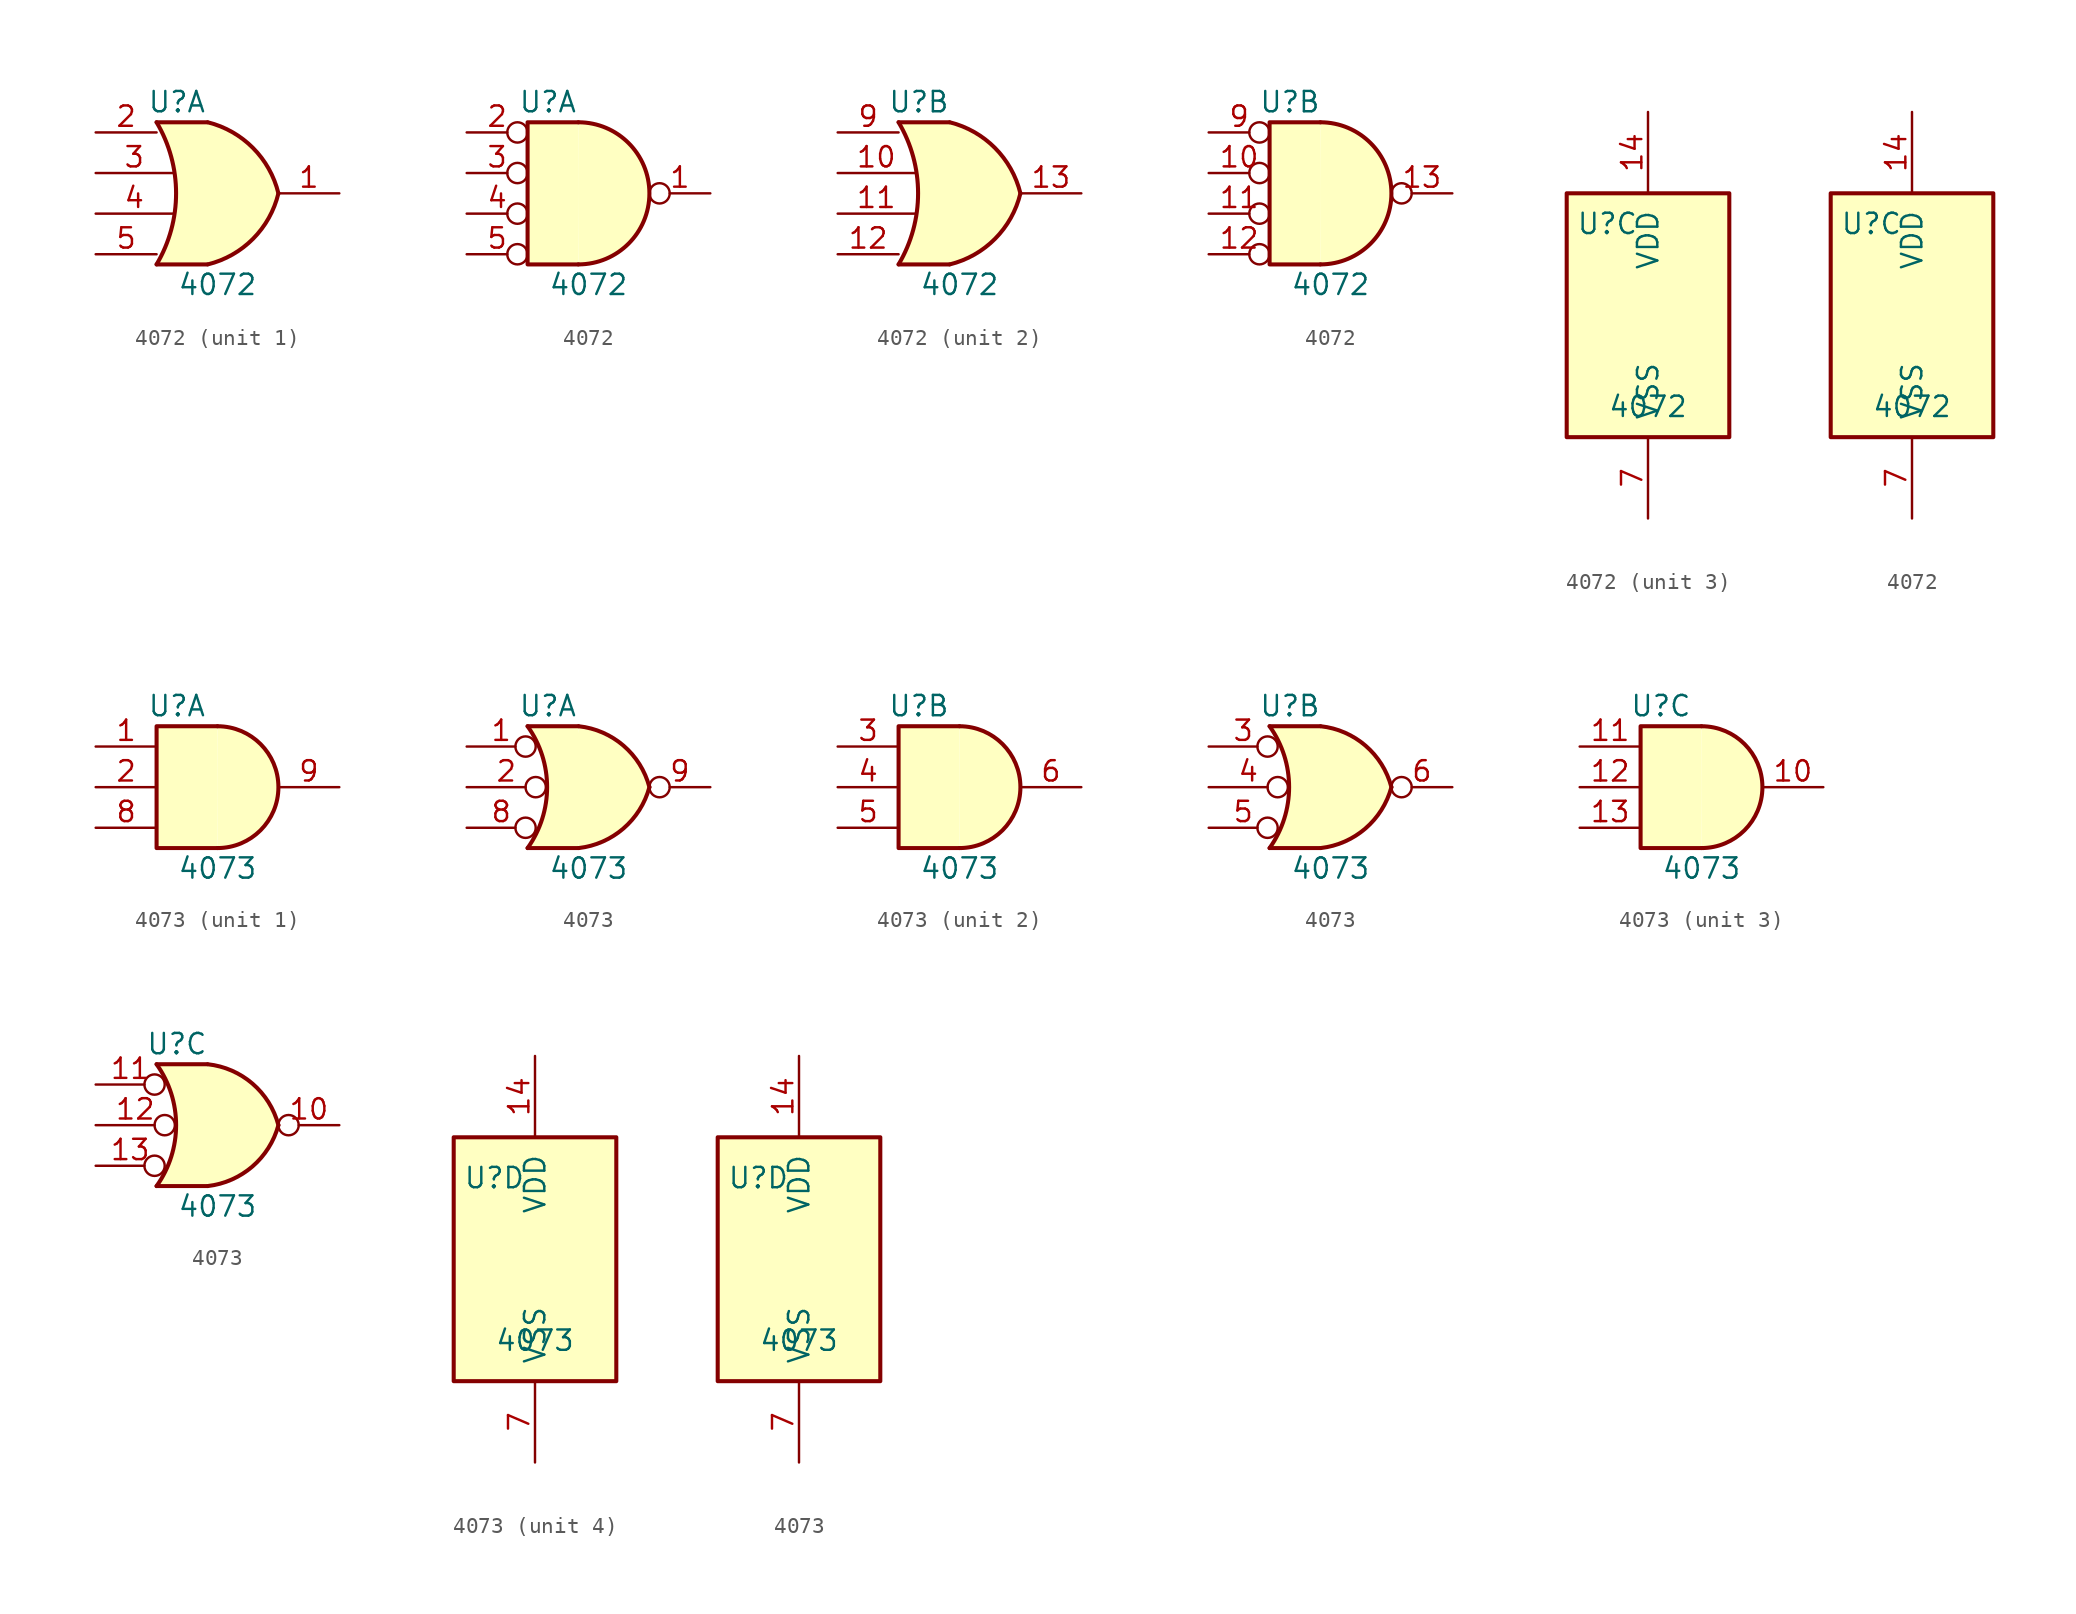
<source format=kicad_sym>
(kicad_symbol_lib
  (version 20211014)
  (generator kicad_symbol_editor)
  (symbol "4072"
    (pin_names
      (offset 1.016))
    (property "Reference" "U"
      (at -2.54 5.715 0)
      (effects (font (size 1.27 1.27))))
    (property "Value" "4072"
      (at 0 -5.715 0)
      (effects (font (size 1.27 1.27))))
    (property "ki_locked" ""
      (at 0 0 0)
      (effects (font (size 1.27 1.27))))
    (symbol "4072_1_1"
      (arc (start -3.81 -4.445) (mid -2.5908 0) (end -3.81 4.445) (stroke (width 0.254) (type default) (color 0 0 0 0)) (fill (type none)))
      (arc (start -0.6096 -4.445) (mid 2.2246 -2.8422) (end 3.81 0) (stroke (width 0.254) (type default) (color 0 0 0 0)) (fill (type background)))
      (polyline (pts (xy -3.81 -4.445) (xy -0.635 -4.445)) (stroke (width 0.254) (type default) (color 0 0 0 0)) (fill (type background)))
      (polyline (pts (xy -3.81 4.445) (xy -0.635 4.445)) (stroke (width 0.254) (type default) (color 0 0 0 0)) (fill (type background)))
      (polyline (pts (xy -0.635 4.445) (xy -3.81 4.445) (xy -3.81 4.445) (xy -3.632 4.089) (xy -3.099 2.921) (xy -2.769 1.676) (xy -2.616 0.432) (xy -2.642 -0.864) (xy -2.87 -2.108) (xy -3.251 -3.327) (xy -3.81 -4.445) (xy -3.81 -4.445) (xy -0.635 -4.445)) (stroke (width -25.4) (type default) (color 0 0 0 0)) (fill (type background)))
      (arc (start 3.81 0) (mid 2.2204 2.8379) (end -0.6096 4.445) (stroke (width 0.254) (type default) (color 0 0 0 0)) (fill (type background)))
      (pin output line (at 7.62 0 180) (length 3.81) (name "~" (effects (font (size 1.27 1.27)))) (number "1" (effects (font (size 1.27 1.27)))))
      (pin input line (at -7.62 3.81 0) (length 3.81) (name "~" (effects (font (size 1.27 1.27)))) (number "2" (effects (font (size 1.27 1.27)))))
      (pin input line (at -7.62 1.27 0) (length 4.826) (name "~" (effects (font (size 1.27 1.27)))) (number "3" (effects (font (size 1.27 1.27)))))
      (pin input line (at -7.62 -1.27 0) (length 4.826) (name "~" (effects (font (size 1.27 1.27)))) (number "4" (effects (font (size 1.27 1.27)))))
      (pin input line (at -7.62 -3.81 0) (length 3.81) (name "~" (effects (font (size 1.27 1.27)))) (number "5" (effects (font (size 1.27 1.27))))))
    (symbol "4072_1_2"
      (arc (start -0.635 -4.445) (mid 3.81 0) (end -0.635 4.445) (stroke (width 0.254) (type default) (color 0 0 0 0)) (fill (type background)))
      (polyline (pts (xy -0.635 4.445) (xy -3.81 4.445) (xy -3.81 -4.445) (xy -0.635 -4.445)) (stroke (width 0.254) (type default) (color 0 0 0 0)) (fill (type background)))
      (pin output inverted (at 7.62 0 180) (length 3.81) (name "~" (effects (font (size 1.27 1.27)))) (number "1" (effects (font (size 1.27 1.27)))))
      (pin input inverted (at -7.62 3.81 0) (length 3.81) (name "~" (effects (font (size 1.27 1.27)))) (number "2" (effects (font (size 1.27 1.27)))))
      (pin input inverted (at -7.62 1.27 0) (length 3.81) (name "~" (effects (font (size 1.27 1.27)))) (number "3" (effects (font (size 1.27 1.27)))))
      (pin input inverted (at -7.62 -1.27 0) (length 3.81) (name "~" (effects (font (size 1.27 1.27)))) (number "4" (effects (font (size 1.27 1.27)))))
      (pin input inverted (at -7.62 -3.81 0) (length 3.81) (name "~" (effects (font (size 1.27 1.27)))) (number "5" (effects (font (size 1.27 1.27))))))
    (symbol "4072_2_1"
      (arc (start -3.81 -4.445) (mid -2.5908 0) (end -3.81 4.445) (stroke (width 0.254) (type default) (color 0 0 0 0)) (fill (type none)))
      (arc (start -0.6096 -4.445) (mid 2.2246 -2.8422) (end 3.81 0) (stroke (width 0.254) (type default) (color 0 0 0 0)) (fill (type background)))
      (polyline (pts (xy -3.81 -4.445) (xy -0.635 -4.445)) (stroke (width 0.254) (type default) (color 0 0 0 0)) (fill (type background)))
      (polyline (pts (xy -3.81 4.445) (xy -0.635 4.445)) (stroke (width 0.254) (type default) (color 0 0 0 0)) (fill (type background)))
      (polyline (pts (xy -0.635 4.445) (xy -3.81 4.445) (xy -3.81 4.445) (xy -3.632 4.089) (xy -3.099 2.921) (xy -2.769 1.676) (xy -2.616 0.432) (xy -2.642 -0.864) (xy -2.87 -2.108) (xy -3.251 -3.327) (xy -3.81 -4.445) (xy -3.81 -4.445) (xy -0.635 -4.445)) (stroke (width -25.4) (type default) (color 0 0 0 0)) (fill (type background)))
      (arc (start 3.81 0) (mid 2.2204 2.8379) (end -0.6096 4.445) (stroke (width 0.254) (type default) (color 0 0 0 0)) (fill (type background)))
      (pin input line (at -7.62 1.27 0) (length 4.826) (name "~" (effects (font (size 1.27 1.27)))) (number "10" (effects (font (size 1.27 1.27)))))
      (pin input line (at -7.62 -1.27 0) (length 4.826) (name "~" (effects (font (size 1.27 1.27)))) (number "11" (effects (font (size 1.27 1.27)))))
      (pin input line (at -7.62 -3.81 0) (length 3.81) (name "~" (effects (font (size 1.27 1.27)))) (number "12" (effects (font (size 1.27 1.27)))))
      (pin output line (at 7.62 0 180) (length 3.81) (name "~" (effects (font (size 1.27 1.27)))) (number "13" (effects (font (size 1.27 1.27)))))
      (pin input line (at -7.62 3.81 0) (length 3.81) (name "~" (effects (font (size 1.27 1.27)))) (number "9" (effects (font (size 1.27 1.27))))))
    (symbol "4072_2_2"
      (arc (start -0.635 -4.445) (mid 3.81 0) (end -0.635 4.445) (stroke (width 0.254) (type default) (color 0 0 0 0)) (fill (type background)))
      (polyline (pts (xy -0.635 4.445) (xy -3.81 4.445) (xy -3.81 -4.445) (xy -0.635 -4.445)) (stroke (width 0.254) (type default) (color 0 0 0 0)) (fill (type background)))
      (pin input inverted (at -7.62 1.27 0) (length 3.81) (name "~" (effects (font (size 1.27 1.27)))) (number "10" (effects (font (size 1.27 1.27)))))
      (pin input inverted (at -7.62 -1.27 0) (length 3.81) (name "~" (effects (font (size 1.27 1.27)))) (number "11" (effects (font (size 1.27 1.27)))))
      (pin input inverted (at -7.62 -3.81 0) (length 3.81) (name "~" (effects (font (size 1.27 1.27)))) (number "12" (effects (font (size 1.27 1.27)))))
      (pin output inverted (at 7.62 0 180) (length 3.81) (name "~" (effects (font (size 1.27 1.27)))) (number "13" (effects (font (size 1.27 1.27)))))
      (pin input inverted (at -7.62 3.81 0) (length 3.81) (name "~" (effects (font (size 1.27 1.27)))) (number "9" (effects (font (size 1.27 1.27))))))
    (symbol "4072_3_0"
      (pin power_in line (at 0 12.7 270) (length 5.08) (name "VDD" (effects (font (size 1.27 1.27)))) (number "14" (effects (font (size 1.27 1.27)))))
      (pin power_in line (at 0 -12.7 90) (length 5.08) (name "VSS" (effects (font (size 1.27 1.27)))) (number "7" (effects (font (size 1.27 1.27))))))
    (symbol "4072_3_1"
      (rectangle (start -5.08 7.62) (end 5.08 -7.62) (stroke (width 0.254) (type default) (color 0 0 0 0)) (fill (type background))))
    (symbol "4072_3_2"
      (rectangle (start -5.08 7.62) (end 5.08 -7.62) (stroke (width 0.254) (type default) (color 0 0 0 0)) (fill (type background)))))
  (symbol "4073"
    (pin_names
      (offset 1.016))
    (property "Reference" "U"
      (at -2.54 5.08 0)
      (effects (font (size 1.27 1.27))))
    (property "Value" "4073"
      (at 0 -5.08 0)
      (effects (font (size 1.27 1.27))))
    (property "ki_locked" ""
      (at 0 0 0)
      (effects (font (size 1.27 1.27))))
    (symbol "4073_1_1"
      (arc (start 0 -3.81) (mid 3.81 0) (end 0 3.81) (stroke (width 0.254) (type default) (color 0 0 0 0)) (fill (type background)))
      (polyline (pts (xy 0 3.81) (xy -3.81 3.81) (xy -3.81 -3.81) (xy 0 -3.81)) (stroke (width 0.254) (type default) (color 0 0 0 0)) (fill (type background)))
      (pin input line (at -7.62 2.54 0) (length 3.81) (name "~" (effects (font (size 1.27 1.27)))) (number "1" (effects (font (size 1.27 1.27)))))
      (pin input line (at -7.62 0 0) (length 3.81) (name "~" (effects (font (size 1.27 1.27)))) (number "2" (effects (font (size 1.27 1.27)))))
      (pin input line (at -7.62 -2.54 0) (length 3.81) (name "~" (effects (font (size 1.27 1.27)))) (number "8" (effects (font (size 1.27 1.27)))))
      (pin output line (at 7.62 0 180) (length 3.81) (name "~" (effects (font (size 1.27 1.27)))) (number "9" (effects (font (size 1.27 1.27))))))
    (symbol "4073_1_2"
      (arc (start -3.81 -3.81) (mid -2.589 0) (end -3.81 3.81) (stroke (width 0.254) (type default) (color 0 0 0 0)) (fill (type none)))
      (arc (start -0.6096 -3.81) (mid 2.1842 -2.5851) (end 3.81 0) (stroke (width 0.254) (type default) (color 0 0 0 0)) (fill (type background)))
      (polyline (pts (xy -3.81 -3.81) (xy -0.635 -3.81)) (stroke (width 0.254) (type default) (color 0 0 0 0)) (fill (type background)))
      (polyline (pts (xy -3.81 3.81) (xy -0.635 3.81)) (stroke (width 0.254) (type default) (color 0 0 0 0)) (fill (type background)))
      (polyline (pts (xy -0.635 3.81) (xy -3.81 3.81) (xy -3.81 3.81) (xy -3.556 3.404) (xy -3.023 2.261) (xy -2.692 1.041) (xy -2.616 -0.254) (xy -2.769 -1.499) (xy -3.175 -2.718) (xy -3.81 -3.81) (xy -3.81 -3.81) (xy -0.635 -3.81)) (stroke (width -25.4) (type default) (color 0 0 0 0)) (fill (type background)))
      (arc (start 3.81 0) (mid 2.1915 2.5936) (end -0.6096 3.81) (stroke (width 0.254) (type default) (color 0 0 0 0)) (fill (type background)))
      (pin input inverted (at -7.62 2.54 0) (length 4.318) (name "~" (effects (font (size 1.27 1.27)))) (number "1" (effects (font (size 1.27 1.27)))))
      (pin input inverted (at -7.62 0 0) (length 4.953) (name "~" (effects (font (size 1.27 1.27)))) (number "2" (effects (font (size 1.27 1.27)))))
      (pin input inverted (at -7.62 -2.54 0) (length 4.318) (name "~" (effects (font (size 1.27 1.27)))) (number "8" (effects (font (size 1.27 1.27)))))
      (pin output inverted (at 7.62 0 180) (length 3.81) (name "~" (effects (font (size 1.27 1.27)))) (number "9" (effects (font (size 1.27 1.27))))))
    (symbol "4073_2_1"
      (arc (start 0 -3.81) (mid 3.81 0) (end 0 3.81) (stroke (width 0.254) (type default) (color 0 0 0 0)) (fill (type background)))
      (polyline (pts (xy 0 3.81) (xy -3.81 3.81) (xy -3.81 -3.81) (xy 0 -3.81)) (stroke (width 0.254) (type default) (color 0 0 0 0)) (fill (type background)))
      (pin input line (at -7.62 2.54 0) (length 3.81) (name "~" (effects (font (size 1.27 1.27)))) (number "3" (effects (font (size 1.27 1.27)))))
      (pin input line (at -7.62 0 0) (length 3.81) (name "~" (effects (font (size 1.27 1.27)))) (number "4" (effects (font (size 1.27 1.27)))))
      (pin input line (at -7.62 -2.54 0) (length 3.81) (name "~" (effects (font (size 1.27 1.27)))) (number "5" (effects (font (size 1.27 1.27)))))
      (pin output line (at 7.62 0 180) (length 3.81) (name "~" (effects (font (size 1.27 1.27)))) (number "6" (effects (font (size 1.27 1.27))))))
    (symbol "4073_2_2"
      (arc (start -3.81 -3.81) (mid -2.589 0) (end -3.81 3.81) (stroke (width 0.254) (type default) (color 0 0 0 0)) (fill (type none)))
      (arc (start -0.6096 -3.81) (mid 2.1842 -2.5851) (end 3.81 0) (stroke (width 0.254) (type default) (color 0 0 0 0)) (fill (type background)))
      (polyline (pts (xy -3.81 -3.81) (xy -0.635 -3.81)) (stroke (width 0.254) (type default) (color 0 0 0 0)) (fill (type background)))
      (polyline (pts (xy -3.81 3.81) (xy -0.635 3.81)) (stroke (width 0.254) (type default) (color 0 0 0 0)) (fill (type background)))
      (polyline (pts (xy -0.635 3.81) (xy -3.81 3.81) (xy -3.81 3.81) (xy -3.556 3.404) (xy -3.023 2.261) (xy -2.692 1.041) (xy -2.616 -0.254) (xy -2.769 -1.499) (xy -3.175 -2.718) (xy -3.81 -3.81) (xy -3.81 -3.81) (xy -0.635 -3.81)) (stroke (width -25.4) (type default) (color 0 0 0 0)) (fill (type background)))
      (arc (start 3.81 0) (mid 2.1915 2.5936) (end -0.6096 3.81) (stroke (width 0.254) (type default) (color 0 0 0 0)) (fill (type background)))
      (pin input inverted (at -7.62 2.54 0) (length 4.318) (name "~" (effects (font (size 1.27 1.27)))) (number "3" (effects (font (size 1.27 1.27)))))
      (pin input inverted (at -7.62 0 0) (length 4.953) (name "~" (effects (font (size 1.27 1.27)))) (number "4" (effects (font (size 1.27 1.27)))))
      (pin input inverted (at -7.62 -2.54 0) (length 4.318) (name "~" (effects (font (size 1.27 1.27)))) (number "5" (effects (font (size 1.27 1.27)))))
      (pin output inverted (at 7.62 0 180) (length 3.81) (name "~" (effects (font (size 1.27 1.27)))) (number "6" (effects (font (size 1.27 1.27))))))
    (symbol "4073_3_1"
      (arc (start 0 -3.81) (mid 3.81 0) (end 0 3.81) (stroke (width 0.254) (type default) (color 0 0 0 0)) (fill (type background)))
      (polyline (pts (xy 0 3.81) (xy -3.81 3.81) (xy -3.81 -3.81) (xy 0 -3.81)) (stroke (width 0.254) (type default) (color 0 0 0 0)) (fill (type background)))
      (pin output line (at 7.62 0 180) (length 3.81) (name "~" (effects (font (size 1.27 1.27)))) (number "10" (effects (font (size 1.27 1.27)))))
      (pin input line (at -7.62 2.54 0) (length 3.81) (name "~" (effects (font (size 1.27 1.27)))) (number "11" (effects (font (size 1.27 1.27)))))
      (pin input line (at -7.62 0 0) (length 3.81) (name "~" (effects (font (size 1.27 1.27)))) (number "12" (effects (font (size 1.27 1.27)))))
      (pin input line (at -7.62 -2.54 0) (length 3.81) (name "~" (effects (font (size 1.27 1.27)))) (number "13" (effects (font (size 1.27 1.27))))))
    (symbol "4073_3_2"
      (arc (start -3.81 -3.81) (mid -2.589 0) (end -3.81 3.81) (stroke (width 0.254) (type default) (color 0 0 0 0)) (fill (type none)))
      (arc (start -0.6096 -3.81) (mid 2.1842 -2.5851) (end 3.81 0) (stroke (width 0.254) (type default) (color 0 0 0 0)) (fill (type background)))
      (polyline (pts (xy -3.81 -3.81) (xy -0.635 -3.81)) (stroke (width 0.254) (type default) (color 0 0 0 0)) (fill (type background)))
      (polyline (pts (xy -3.81 3.81) (xy -0.635 3.81)) (stroke (width 0.254) (type default) (color 0 0 0 0)) (fill (type background)))
      (polyline (pts (xy -0.635 3.81) (xy -3.81 3.81) (xy -3.81 3.81) (xy -3.556 3.404) (xy -3.023 2.261) (xy -2.692 1.041) (xy -2.616 -0.254) (xy -2.769 -1.499) (xy -3.175 -2.718) (xy -3.81 -3.81) (xy -3.81 -3.81) (xy -0.635 -3.81)) (stroke (width -25.4) (type default) (color 0 0 0 0)) (fill (type background)))
      (arc (start 3.81 0) (mid 2.1915 2.5936) (end -0.6096 3.81) (stroke (width 0.254) (type default) (color 0 0 0 0)) (fill (type background)))
      (pin output inverted (at 7.62 0 180) (length 3.81) (name "~" (effects (font (size 1.27 1.27)))) (number "10" (effects (font (size 1.27 1.27)))))
      (pin input inverted (at -7.62 2.54 0) (length 4.318) (name "~" (effects (font (size 1.27 1.27)))) (number "11" (effects (font (size 1.27 1.27)))))
      (pin input inverted (at -7.62 0 0) (length 4.953) (name "~" (effects (font (size 1.27 1.27)))) (number "12" (effects (font (size 1.27 1.27)))))
      (pin input inverted (at -7.62 -2.54 0) (length 4.318) (name "~" (effects (font (size 1.27 1.27)))) (number "13" (effects (font (size 1.27 1.27))))))
    (symbol "4073_4_0"
      (pin power_in line (at 0 12.7 270) (length 5.08) (name "VDD" (effects (font (size 1.27 1.27)))) (number "14" (effects (font (size 1.27 1.27)))))
      (pin power_in line (at 0 -12.7 90) (length 5.08) (name "VSS" (effects (font (size 1.27 1.27)))) (number "7" (effects (font (size 1.27 1.27))))))
    (symbol "4073_4_1"
      (rectangle (start -5.08 7.62) (end 5.08 -7.62) (stroke (width 0.254) (type default) (color 0 0 0 0)) (fill (type background))))
    (symbol "4073_4_2"
      (rectangle (start -5.08 7.62) (end 5.08 -7.62) (stroke (width 0.254) (type default) (color 0 0 0 0)) (fill (type background))))))
</source>
